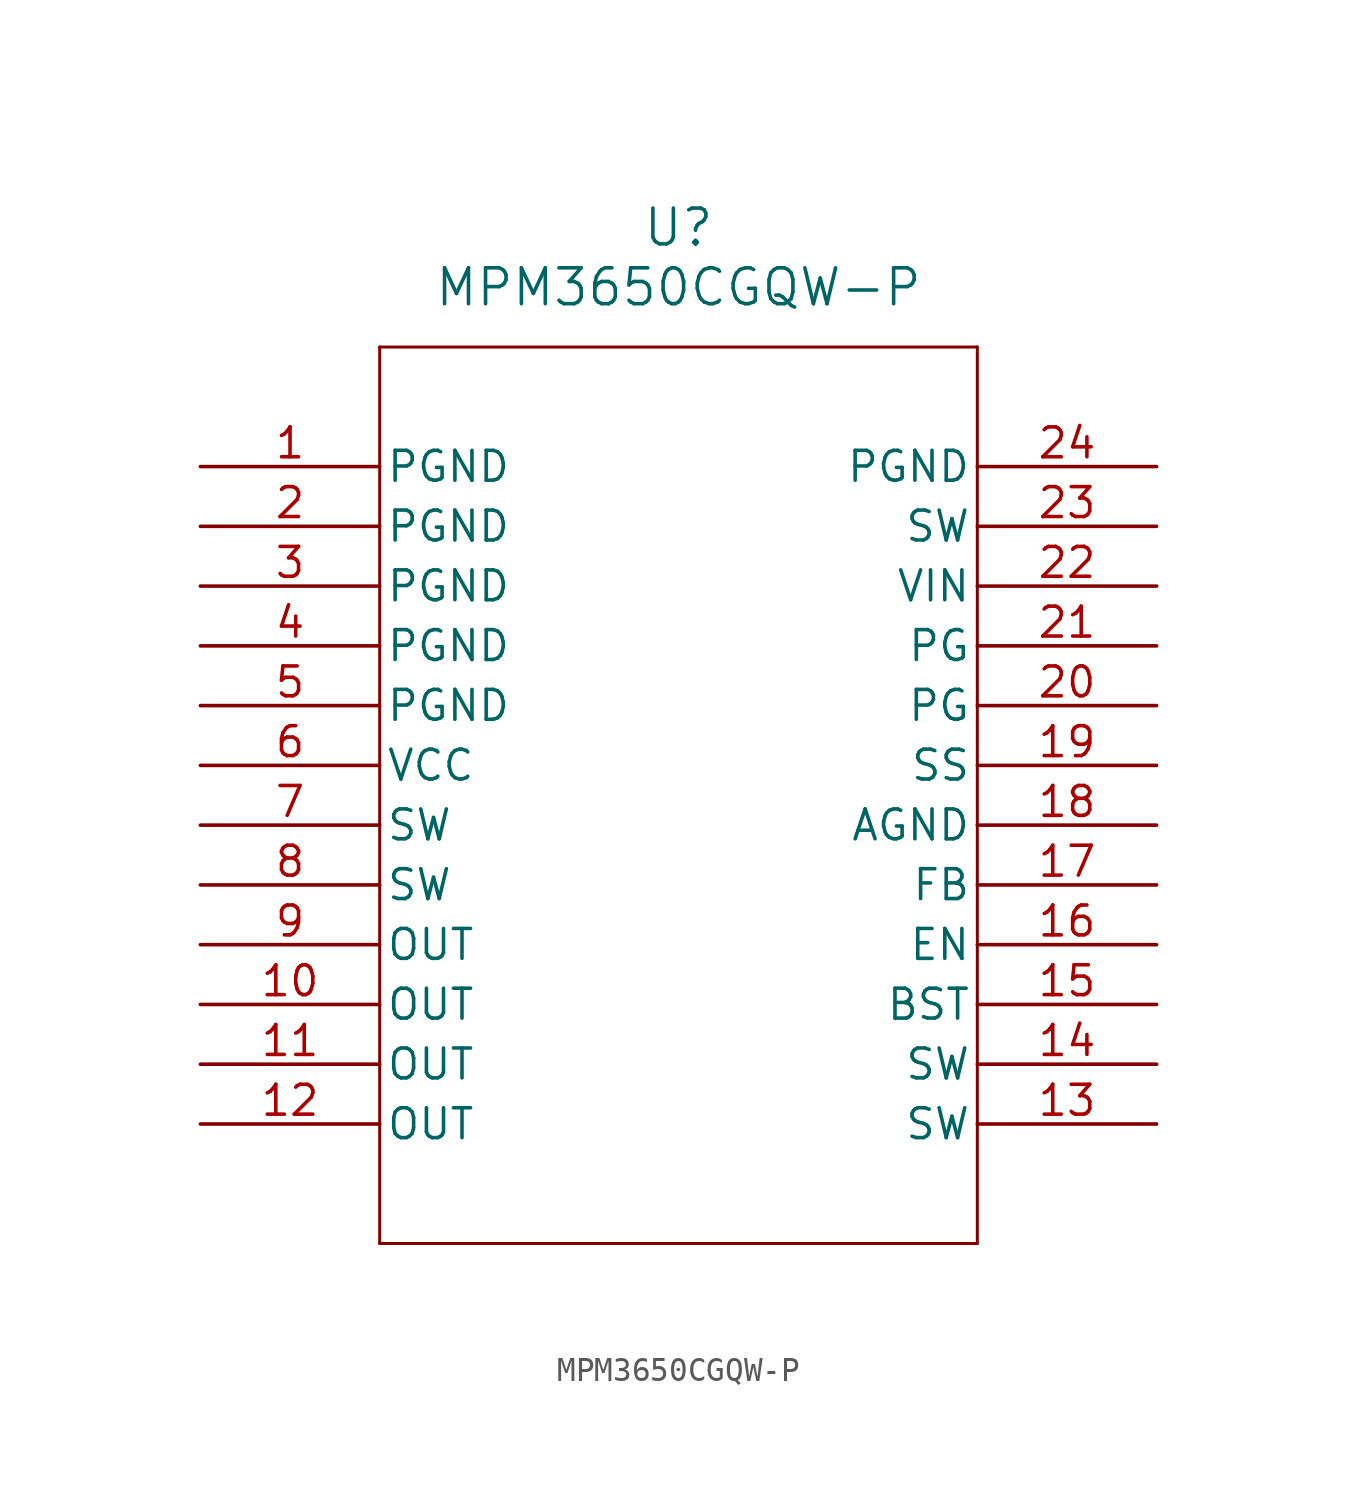
<source format=kicad_sym>
(kicad_symbol_lib
  (version 20211014)
  (generator kicad_symbol_editor)
  (symbol "MPM3650CGQW-P"
    (pin_names
      (offset 0.254))
    (property "Reference" "U"
      (at 20.32 10.16 0)
      (effects (font (size 1.524 1.524))))
    (property "Value" "MPM3650CGQW-P"
      (at 20.32 7.62 0)
      (effects (font (size 1.524 1.524))))
    (symbol "MPM3650CGQW-P_0_1"
      (polyline (pts (xy 7.62 5.08) (xy 7.62 -33.02)) (stroke (width 0.127) (type default) (color 0 0 0 0)) (fill (type none)))
      (polyline (pts (xy 7.62 -33.02) (xy 33.02 -33.02)) (stroke (width 0.127) (type default) (color 0 0 0 0)) (fill (type none)))
      (polyline (pts (xy 33.02 -33.02) (xy 33.02 5.08)) (stroke (width 0.127) (type default) (color 0 0 0 0)) (fill (type none)))
      (polyline (pts (xy 33.02 5.08) (xy 7.62 5.08)) (stroke (width 0.127) (type default) (color 0 0 0 0)) (fill (type none)))
      (pin power_in line (at 0 0 0) (length 7.62) (name "PGND" (effects (font (size 1.27 1.27)))) (number "1" (effects (font (size 1.27 1.27)))))
      (pin power_in line (at 0 -2.54 0) (length 7.62) (name "PGND" (effects (font (size 1.27 1.27)))) (number "2" (effects (font (size 1.27 1.27)))))
      (pin power_in line (at 0 -5.08 0) (length 7.62) (name "PGND" (effects (font (size 1.27 1.27)))) (number "3" (effects (font (size 1.27 1.27)))))
      (pin power_in line (at 0 -7.62 0) (length 7.62) (name "PGND" (effects (font (size 1.27 1.27)))) (number "4" (effects (font (size 1.27 1.27)))))
      (pin power_in line (at 0 -10.16 0) (length 7.62) (name "PGND" (effects (font (size 1.27 1.27)))) (number "5" (effects (font (size 1.27 1.27)))))
      (pin power_in line (at 0 -12.7 0) (length 7.62) (name "VCC" (effects (font (size 1.27 1.27)))) (number "6" (effects (font (size 1.27 1.27)))))
      (pin output line (at 0 -15.24 0) (length 7.62) (name "SW" (effects (font (size 1.27 1.27)))) (number "7" (effects (font (size 1.27 1.27)))))
      (pin output line (at 0 -17.78 0) (length 7.62) (name "SW" (effects (font (size 1.27 1.27)))) (number "8" (effects (font (size 1.27 1.27)))))
      (pin output line (at 0 -20.32 0) (length 7.62) (name "OUT" (effects (font (size 1.27 1.27)))) (number "9" (effects (font (size 1.27 1.27)))))
      (pin output line (at 0 -22.86 0) (length 7.62) (name "OUT" (effects (font (size 1.27 1.27)))) (number "10" (effects (font (size 1.27 1.27)))))
      (pin output line (at 0 -25.4 0) (length 7.62) (name "OUT" (effects (font (size 1.27 1.27)))) (number "11" (effects (font (size 1.27 1.27)))))
      (pin output line (at 0 -27.94 0) (length 7.62) (name "OUT" (effects (font (size 1.27 1.27)))) (number "12" (effects (font (size 1.27 1.27)))))
      (pin output line (at 40.64 -27.94 180) (length 7.62) (name "SW" (effects (font (size 1.27 1.27)))) (number "13" (effects (font (size 1.27 1.27)))))
      (pin output line (at 40.64 -25.4 180) (length 7.62) (name "SW" (effects (font (size 1.27 1.27)))) (number "14" (effects (font (size 1.27 1.27)))))
      (pin unspecified line (at 40.64 -22.86 180) (length 7.62) (name "BST" (effects (font (size 1.27 1.27)))) (number "15" (effects (font (size 1.27 1.27)))))
      (pin unspecified line (at 40.64 -20.32 180) (length 7.62) (name "EN" (effects (font (size 1.27 1.27)))) (number "16" (effects (font (size 1.27 1.27)))))
      (pin unspecified line (at 40.64 -17.78 180) (length 7.62) (name "FB" (effects (font (size 1.27 1.27)))) (number "17" (effects (font (size 1.27 1.27)))))
      (pin power_out line (at 40.64 -15.24 180) (length 7.62) (name "AGND" (effects (font (size 1.27 1.27)))) (number "18" (effects (font (size 1.27 1.27)))))
      (pin unspecified line (at 40.64 -12.7 180) (length 7.62) (name "SS" (effects (font (size 1.27 1.27)))) (number "19" (effects (font (size 1.27 1.27)))))
      (pin output line (at 40.64 -10.16 180) (length 7.62) (name "PG" (effects (font (size 1.27 1.27)))) (number "20" (effects (font (size 1.27 1.27)))))
      (pin output line (at 40.64 -7.62 180) (length 7.62) (name "PG" (effects (font (size 1.27 1.27)))) (number "21" (effects (font (size 1.27 1.27)))))
      (pin power_in line (at 40.64 -5.08 180) (length 7.62) (name "VIN" (effects (font (size 1.27 1.27)))) (number "22" (effects (font (size 1.27 1.27)))))
      (pin output line (at 40.64 -2.54 180) (length 7.62) (name "SW" (effects (font (size 1.27 1.27)))) (number "23" (effects (font (size 1.27 1.27)))))
      (pin power_in line (at 40.64 0 180) (length 7.62) (name "PGND" (effects (font (size 1.27 1.27)))) (number "24" (effects (font (size 1.27 1.27))))))))
</source>
